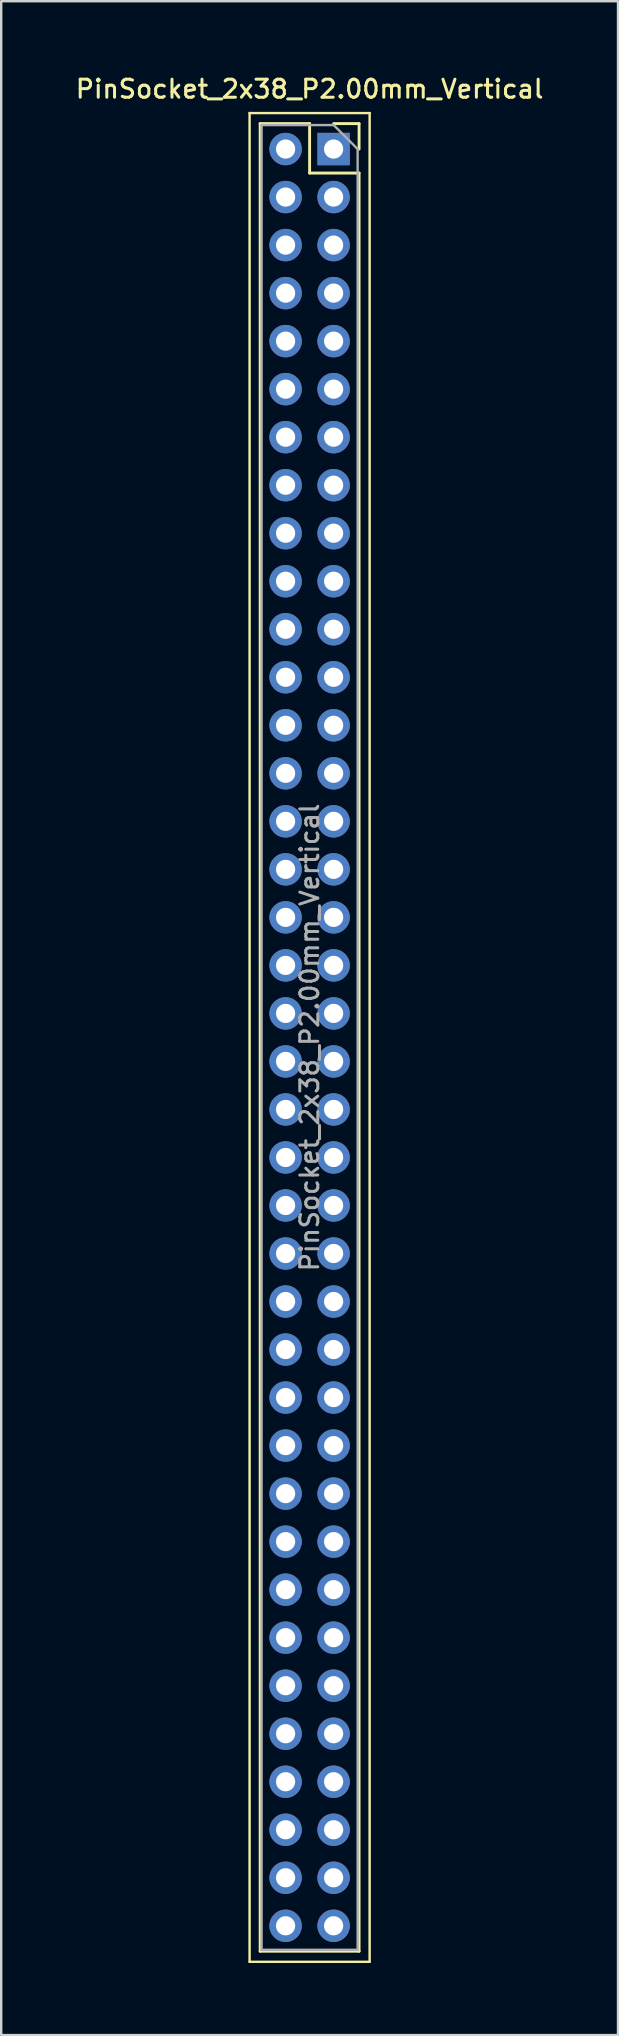
<source format=kicad_pcb>
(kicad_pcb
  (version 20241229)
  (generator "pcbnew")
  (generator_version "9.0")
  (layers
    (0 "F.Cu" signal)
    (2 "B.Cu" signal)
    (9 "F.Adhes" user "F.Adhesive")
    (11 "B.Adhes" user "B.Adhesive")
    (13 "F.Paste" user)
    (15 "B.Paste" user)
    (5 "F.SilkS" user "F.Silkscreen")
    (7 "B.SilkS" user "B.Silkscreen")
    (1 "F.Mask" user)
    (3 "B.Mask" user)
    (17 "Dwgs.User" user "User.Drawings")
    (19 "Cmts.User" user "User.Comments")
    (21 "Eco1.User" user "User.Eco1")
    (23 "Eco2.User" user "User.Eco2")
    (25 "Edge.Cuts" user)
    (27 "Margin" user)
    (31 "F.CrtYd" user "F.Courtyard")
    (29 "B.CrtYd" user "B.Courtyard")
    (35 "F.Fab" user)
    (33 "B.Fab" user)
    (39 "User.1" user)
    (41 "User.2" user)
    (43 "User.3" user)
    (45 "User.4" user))
  (footprint "PinSocket_2x38_P2.00mm_Vertical"
    (layer "F.Cu")
    (at 10.845 3.158)
    (property "Reference" "PinSocket_2x38_P2.00mm_Vertical" (at -1 -2.5 0) (layer "F.SilkS") (effects (font (size 0.75 0.75) (thickness 0.125))))
    (attr through_hole)
    (fp_line (start -3.5 -1.5) (end 1.5 -1.5) (stroke (width 0.1) (type solid)) (layer "F.SilkS"))
    (fp_line (start -3.5 75.5) (end -3.5 -1.5) (stroke (width 0.1) (type solid)) (layer "F.SilkS"))
    (fp_line (start -3.06 -1.06) (end -3.06 75.06) (stroke (width 0.12) (type solid)) (layer "F.SilkS"))
    (fp_line (start -3.06 -1.06) (end -1 -1.06) (stroke (width 0.12) (type solid)) (layer "F.SilkS"))
    (fp_line (start -3.06 75.06) (end 1.06 75.06) (stroke (width 0.12) (type solid)) (layer "F.SilkS"))
    (fp_line (start -1 -1.06) (end -1 1) (stroke (width 0.12) (type solid)) (layer "F.SilkS"))
    (fp_line (start -1 1) (end 1.06 1) (stroke (width 0.12) (type solid)) (layer "F.SilkS"))
    (fp_line (start 0 -1.06) (end 1.06 -1.06) (stroke (width 0.12) (type solid)) (layer "F.SilkS"))
    (fp_line (start 1.06 -1.06) (end 1.06 0) (stroke (width 0.12) (type solid)) (layer "F.SilkS"))
    (fp_line (start 1.06 1) (end 1.06 75.06) (stroke (width 0.12) (type solid)) (layer "F.SilkS"))
    (fp_line (start 1.5 -1.5) (end 1.5 75.5) (stroke (width 0.1) (type solid)) (layer "F.SilkS"))
    (fp_line (start 1.5 75.5) (end -3.5 75.5) (stroke (width 0.1) (type solid)) (layer "F.SilkS"))
    (fp_line (start -3 -1) (end 0 -1) (stroke (width 0.1) (type solid)) (layer "F.Fab"))
    (fp_line (start -3 75) (end -3 -1) (stroke (width 0.1) (type solid)) (layer "F.Fab"))
    (fp_line (start 0 -1) (end 1 0) (stroke (width 0.1) (type solid)) (layer "F.Fab"))
    (fp_line (start 1 0) (end 1 75) (stroke (width 0.1) (type solid)) (layer "F.Fab"))
    (fp_line (start 1 75) (end -3 75) (stroke (width 0.1) (type solid)) (layer "F.Fab"))
    (fp_text user "${REFERENCE}" (at -1 37 90) (layer "F.Fab") (effects (font (size 0.75 0.75) (thickness 0.125))))
    (pad "1" thru_hole rect (at 0 0) (size 1.35 1.35) (drill 0.8) (layers "*.Cu" "*.Mask"))
    (pad "2" thru_hole oval (at -2 0) (size 1.35 1.35) (drill 0.8) (layers "*.Cu" "*.Mask"))
    (pad "3" thru_hole oval (at 0 2) (size 1.35 1.35) (drill 0.8) (layers "*.Cu" "*.Mask"))
    (pad "4" thru_hole oval (at -2 2) (size 1.35 1.35) (drill 0.8) (layers "*.Cu" "*.Mask"))
    (pad "5" thru_hole oval (at 0 4) (size 1.35 1.35) (drill 0.8) (layers "*.Cu" "*.Mask"))
    (pad "6" thru_hole oval (at -2 4) (size 1.35 1.35) (drill 0.8) (layers "*.Cu" "*.Mask"))
    (pad "7" thru_hole oval (at 0 6) (size 1.35 1.35) (drill 0.8) (layers "*.Cu" "*.Mask"))
    (pad "8" thru_hole oval (at -2 6) (size 1.35 1.35) (drill 0.8) (layers "*.Cu" "*.Mask"))
    (pad "9" thru_hole oval (at 0 8) (size 1.35 1.35) (drill 0.8) (layers "*.Cu" "*.Mask"))
    (pad "10" thru_hole oval (at -2 8) (size 1.35 1.35) (drill 0.8) (layers "*.Cu" "*.Mask"))
    (pad "11" thru_hole oval (at 0 10) (size 1.35 1.35) (drill 0.8) (layers "*.Cu" "*.Mask"))
    (pad "12" thru_hole oval (at -2 10) (size 1.35 1.35) (drill 0.8) (layers "*.Cu" "*.Mask"))
    (pad "13" thru_hole oval (at 0 12) (size 1.35 1.35) (drill 0.8) (layers "*.Cu" "*.Mask"))
    (pad "14" thru_hole oval (at -2 12) (size 1.35 1.35) (drill 0.8) (layers "*.Cu" "*.Mask"))
    (pad "15" thru_hole oval (at 0 14) (size 1.35 1.35) (drill 0.8) (layers "*.Cu" "*.Mask"))
    (pad "16" thru_hole oval (at -2 14) (size 1.35 1.35) (drill 0.8) (layers "*.Cu" "*.Mask"))
    (pad "17" thru_hole oval (at 0 16) (size 1.35 1.35) (drill 0.8) (layers "*.Cu" "*.Mask"))
    (pad "18" thru_hole oval (at -2 16) (size 1.35 1.35) (drill 0.8) (layers "*.Cu" "*.Mask"))
    (pad "19" thru_hole oval (at 0 18) (size 1.35 1.35) (drill 0.8) (layers "*.Cu" "*.Mask"))
    (pad "20" thru_hole oval (at -2 18) (size 1.35 1.35) (drill 0.8) (layers "*.Cu" "*.Mask"))
    (pad "21" thru_hole oval (at 0 20) (size 1.35 1.35) (drill 0.8) (layers "*.Cu" "*.Mask"))
    (pad "22" thru_hole oval (at -2 20) (size 1.35 1.35) (drill 0.8) (layers "*.Cu" "*.Mask"))
    (pad "23" thru_hole oval (at 0 22) (size 1.35 1.35) (drill 0.8) (layers "*.Cu" "*.Mask"))
    (pad "24" thru_hole oval (at -2 22) (size 1.35 1.35) (drill 0.8) (layers "*.Cu" "*.Mask"))
    (pad "25" thru_hole oval (at 0 24) (size 1.35 1.35) (drill 0.8) (layers "*.Cu" "*.Mask"))
    (pad "26" thru_hole oval (at -2 24) (size 1.35 1.35) (drill 0.8) (layers "*.Cu" "*.Mask"))
    (pad "27" thru_hole oval (at 0 26) (size 1.35 1.35) (drill 0.8) (layers "*.Cu" "*.Mask"))
    (pad "28" thru_hole oval (at -2 26) (size 1.35 1.35) (drill 0.8) (layers "*.Cu" "*.Mask"))
    (pad "29" thru_hole oval (at 0 28) (size 1.35 1.35) (drill 0.8) (layers "*.Cu" "*.Mask"))
    (pad "30" thru_hole oval (at -2 28) (size 1.35 1.35) (drill 0.8) (layers "*.Cu" "*.Mask"))
    (pad "31" thru_hole oval (at 0 30) (size 1.35 1.35) (drill 0.8) (layers "*.Cu" "*.Mask"))
    (pad "32" thru_hole oval (at -2 30) (size 1.35 1.35) (drill 0.8) (layers "*.Cu" "*.Mask"))
    (pad "33" thru_hole oval (at 0 32) (size 1.35 1.35) (drill 0.8) (layers "*.Cu" "*.Mask"))
    (pad "34" thru_hole oval (at -2 32) (size 1.35 1.35) (drill 0.8) (layers "*.Cu" "*.Mask"))
    (pad "35" thru_hole oval (at 0 34) (size 1.35 1.35) (drill 0.8) (layers "*.Cu" "*.Mask"))
    (pad "36" thru_hole oval (at -2 34) (size 1.35 1.35) (drill 0.8) (layers "*.Cu" "*.Mask"))
    (pad "37" thru_hole oval (at 0 36) (size 1.35 1.35) (drill 0.8) (layers "*.Cu" "*.Mask"))
    (pad "38" thru_hole oval (at -2 36) (size 1.35 1.35) (drill 0.8) (layers "*.Cu" "*.Mask"))
    (pad "39" thru_hole oval (at 0 38) (size 1.35 1.35) (drill 0.8) (layers "*.Cu" "*.Mask"))
    (pad "40" thru_hole oval (at -2 38) (size 1.35 1.35) (drill 0.8) (layers "*.Cu" "*.Mask"))
    (pad "41" thru_hole oval (at 0 40) (size 1.35 1.35) (drill 0.8) (layers "*.Cu" "*.Mask"))
    (pad "42" thru_hole oval (at -2 40) (size 1.35 1.35) (drill 0.8) (layers "*.Cu" "*.Mask"))
    (pad "43" thru_hole oval (at 0 42) (size 1.35 1.35) (drill 0.8) (layers "*.Cu" "*.Mask"))
    (pad "44" thru_hole oval (at -2 42) (size 1.35 1.35) (drill 0.8) (layers "*.Cu" "*.Mask"))
    (pad "45" thru_hole oval (at 0 44) (size 1.35 1.35) (drill 0.8) (layers "*.Cu" "*.Mask"))
    (pad "46" thru_hole oval (at -2 44) (size 1.35 1.35) (drill 0.8) (layers "*.Cu" "*.Mask"))
    (pad "47" thru_hole oval (at 0 46) (size 1.35 1.35) (drill 0.8) (layers "*.Cu" "*.Mask"))
    (pad "48" thru_hole oval (at -2 46) (size 1.35 1.35) (drill 0.8) (layers "*.Cu" "*.Mask"))
    (pad "49" thru_hole oval (at 0 48) (size 1.35 1.35) (drill 0.8) (layers "*.Cu" "*.Mask"))
    (pad "50" thru_hole oval (at -2 48) (size 1.35 1.35) (drill 0.8) (layers "*.Cu" "*.Mask"))
    (pad "51" thru_hole oval (at 0 50) (size 1.35 1.35) (drill 0.8) (layers "*.Cu" "*.Mask"))
    (pad "52" thru_hole oval (at -2 50) (size 1.35 1.35) (drill 0.8) (layers "*.Cu" "*.Mask"))
    (pad "53" thru_hole oval (at 0 52) (size 1.35 1.35) (drill 0.8) (layers "*.Cu" "*.Mask"))
    (pad "54" thru_hole oval (at -2 52) (size 1.35 1.35) (drill 0.8) (layers "*.Cu" "*.Mask"))
    (pad "55" thru_hole oval (at 0 54) (size 1.35 1.35) (drill 0.8) (layers "*.Cu" "*.Mask"))
    (pad "56" thru_hole oval (at -2 54) (size 1.35 1.35) (drill 0.8) (layers "*.Cu" "*.Mask"))
    (pad "57" thru_hole oval (at 0 56) (size 1.35 1.35) (drill 0.8) (layers "*.Cu" "*.Mask"))
    (pad "58" thru_hole oval (at -2 56) (size 1.35 1.35) (drill 0.8) (layers "*.Cu" "*.Mask"))
    (pad "59" thru_hole oval (at 0 58) (size 1.35 1.35) (drill 0.8) (layers "*.Cu" "*.Mask"))
    (pad "60" thru_hole oval (at -2 58) (size 1.35 1.35) (drill 0.8) (layers "*.Cu" "*.Mask"))
    (pad "61" thru_hole oval (at 0 60) (size 1.35 1.35) (drill 0.8) (layers "*.Cu" "*.Mask"))
    (pad "62" thru_hole oval (at -2 60) (size 1.35 1.35) (drill 0.8) (layers "*.Cu" "*.Mask"))
    (pad "63" thru_hole oval (at 0 62) (size 1.35 1.35) (drill 0.8) (layers "*.Cu" "*.Mask"))
    (pad "64" thru_hole oval (at -2 62) (size 1.35 1.35) (drill 0.8) (layers "*.Cu" "*.Mask"))
    (pad "65" thru_hole oval (at 0 64) (size 1.35 1.35) (drill 0.8) (layers "*.Cu" "*.Mask"))
    (pad "66" thru_hole oval (at -2 64) (size 1.35 1.35) (drill 0.8) (layers "*.Cu" "*.Mask"))
    (pad "67" thru_hole oval (at 0 66) (size 1.35 1.35) (drill 0.8) (layers "*.Cu" "*.Mask"))
    (pad "68" thru_hole oval (at -2 66) (size 1.35 1.35) (drill 0.8) (layers "*.Cu" "*.Mask"))
    (pad "69" thru_hole oval (at 0 68) (size 1.35 1.35) (drill 0.8) (layers "*.Cu" "*.Mask"))
    (pad "70" thru_hole oval (at -2 68) (size 1.35 1.35) (drill 0.8) (layers "*.Cu" "*.Mask"))
    (pad "71" thru_hole oval (at 0 70) (size 1.35 1.35) (drill 0.8) (layers "*.Cu" "*.Mask"))
    (pad "72" thru_hole oval (at -2 70) (size 1.35 1.35) (drill 0.8) (layers "*.Cu" "*.Mask"))
    (pad "73" thru_hole oval (at 0 72) (size 1.35 1.35) (drill 0.8) (layers "*.Cu" "*.Mask"))
    (pad "74" thru_hole oval (at -2 72) (size 1.35 1.35) (drill 0.8) (layers "*.Cu" "*.Mask"))
    (pad "75" thru_hole oval (at 0 74) (size 1.35 1.35) (drill 0.8) (layers "*.Cu" "*.Mask"))
    (pad "76" thru_hole oval (at -2 74) (size 1.35 1.35) (drill 0.8) (layers "*.Cu" "*.Mask")))
  (gr_rect
    (start -3 -3)
    (end 22.689 81.708)
    (stroke (width 0.1) (type default))
    (fill no)
    (layer "Edge.Cuts")))
</source>
